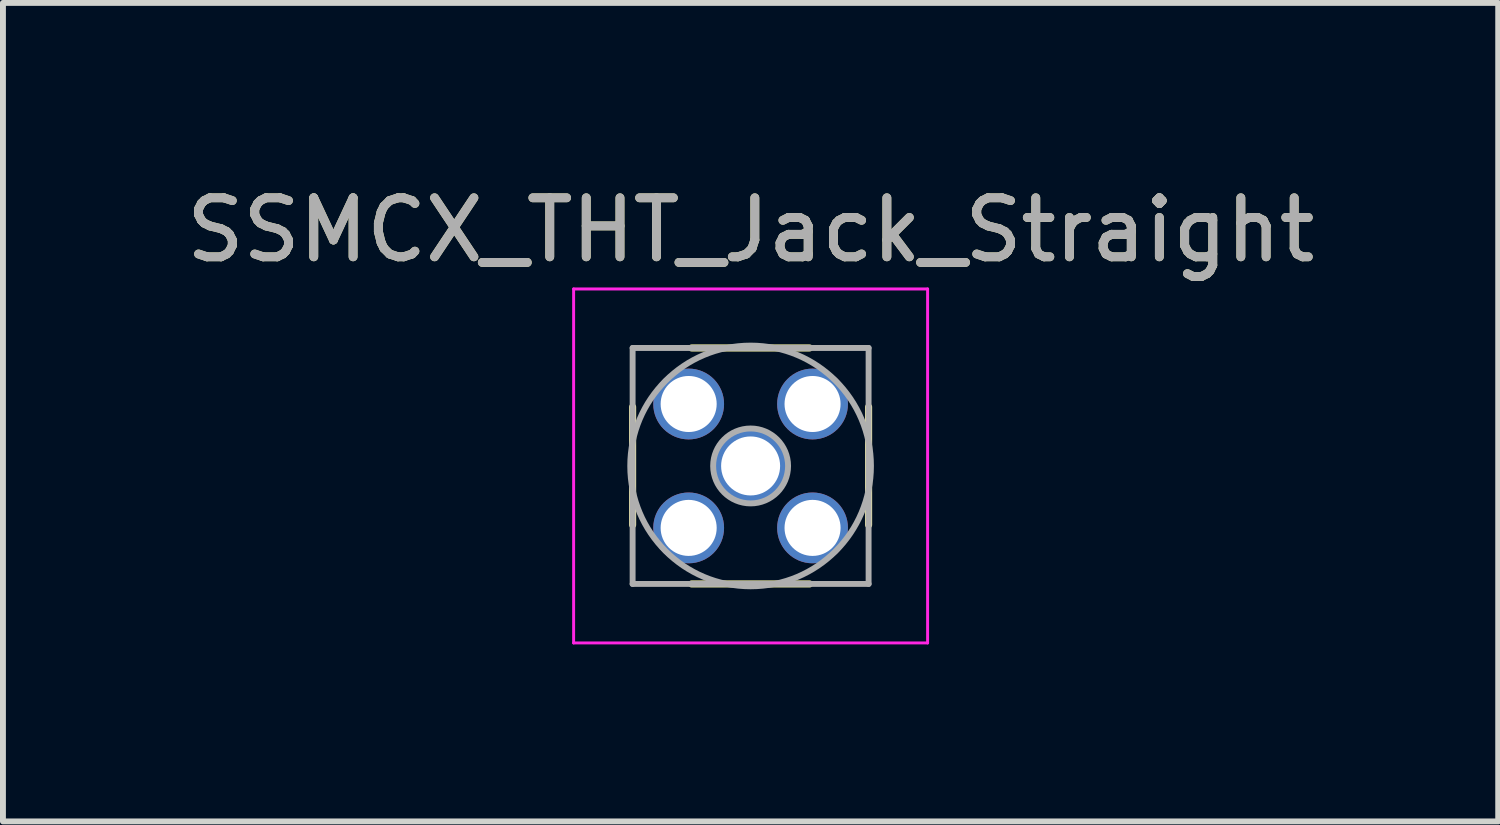
<source format=kicad_pcb>
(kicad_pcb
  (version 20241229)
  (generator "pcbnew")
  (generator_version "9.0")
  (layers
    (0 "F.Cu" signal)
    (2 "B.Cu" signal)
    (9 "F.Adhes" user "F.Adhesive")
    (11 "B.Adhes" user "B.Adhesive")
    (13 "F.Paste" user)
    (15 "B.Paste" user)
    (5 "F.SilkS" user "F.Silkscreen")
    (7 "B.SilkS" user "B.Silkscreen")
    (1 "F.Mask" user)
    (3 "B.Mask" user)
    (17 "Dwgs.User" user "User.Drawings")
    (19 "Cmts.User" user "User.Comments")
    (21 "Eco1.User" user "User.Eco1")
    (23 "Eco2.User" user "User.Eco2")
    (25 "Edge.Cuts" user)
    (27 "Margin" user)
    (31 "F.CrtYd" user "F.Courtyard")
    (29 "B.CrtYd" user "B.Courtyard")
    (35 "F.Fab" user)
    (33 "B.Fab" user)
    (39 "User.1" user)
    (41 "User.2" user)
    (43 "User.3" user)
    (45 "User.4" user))
  (footprint "SSMCX_THT_Jack_Straight"
    (layer "F.Cu")
    (at 9.673 4.848)
    (property "Reference" "SSMCX_THT_Jack_Straight" (at 0 -4 0) (layer "F.SilkS") (effects (font (size 1 1) (thickness 0.15))))
    (attr through_hole)
    (fp_line (start -2 -1) (end -2 1) (stroke (width 0.12) (type solid)) (layer "F.SilkS"))
    (fp_line (start -1 -2) (end 1 -2) (stroke (width 0.12) (type solid)) (layer "F.SilkS"))
    (fp_line (start -1 2) (end 1 2) (stroke (width 0.12) (type solid)) (layer "F.SilkS"))
    (fp_line (start 2 -1) (end 2 1) (stroke (width 0.12) (type solid)) (layer "F.SilkS"))
    (fp_line (start -3 -3) (end -3 3) (stroke (width 0.05) (type solid)) (layer "F.CrtYd"))
    (fp_line (start -3 -3) (end 3 -3) (stroke (width 0.05) (type solid)) (layer "F.CrtYd"))
    (fp_line (start 3 3) (end -3 3) (stroke (width 0.05) (type solid)) (layer "F.CrtYd"))
    (fp_line (start 3 3) (end 3 -3) (stroke (width 0.05) (type solid)) (layer "F.CrtYd"))
    (fp_line (start -2 -2) (end -2 2) (stroke (width 0.1) (type solid)) (layer "F.Fab"))
    (fp_line (start -2 -2) (end 2 -2) (stroke (width 0.1) (type solid)) (layer "F.Fab"))
    (fp_line (start -2 2) (end 2 2) (stroke (width 0.1) (type solid)) (layer "F.Fab"))
    (fp_line (start 2 -2) (end 2 2) (stroke (width 0.1) (type solid)) (layer "F.Fab"))
    (fp_circle (center 0 0) (end 0.635 0) (stroke (width 0.1) (type solid)) (fill no) (layer "F.Fab"))
    (fp_circle (center 0 0) (end 2.04 0) (stroke (width 0.1) (type solid)) (fill no) (layer "F.Fab"))
    (fp_text user "${REFERENCE}" (at 0 -4 0) (layer "F.Fab") (effects (font (size 1 1) (thickness 0.15))))
    (pad "1" thru_hole circle (at 0 0) (size 1.25 1.25) (drill 1) (layers "*.Cu" "*.Mask"))
    (pad "2" thru_hole circle (at -1.05 -1.05) (size 1.2 1.2) (drill 0.95) (layers "*.Cu" "*.Mask"))
    (pad "2" thru_hole circle (at -1.05 1.05) (size 1.2 1.2) (drill 0.95) (layers "*.Cu" "*.Mask"))
    (pad "2" thru_hole circle (at 1.05 -1.05) (size 1.2 1.2) (drill 0.95) (layers "*.Cu" "*.Mask"))
    (pad "2" thru_hole circle (at 1.05 1.05) (size 1.2 1.2) (drill 0.95) (layers "*.Cu" "*.Mask")))
  (gr_rect
    (start -3 -3)
    (end 22.345 10.873)
    (stroke (width 0.1) (type default))
    (fill no)
    (layer "Edge.Cuts")))
</source>
